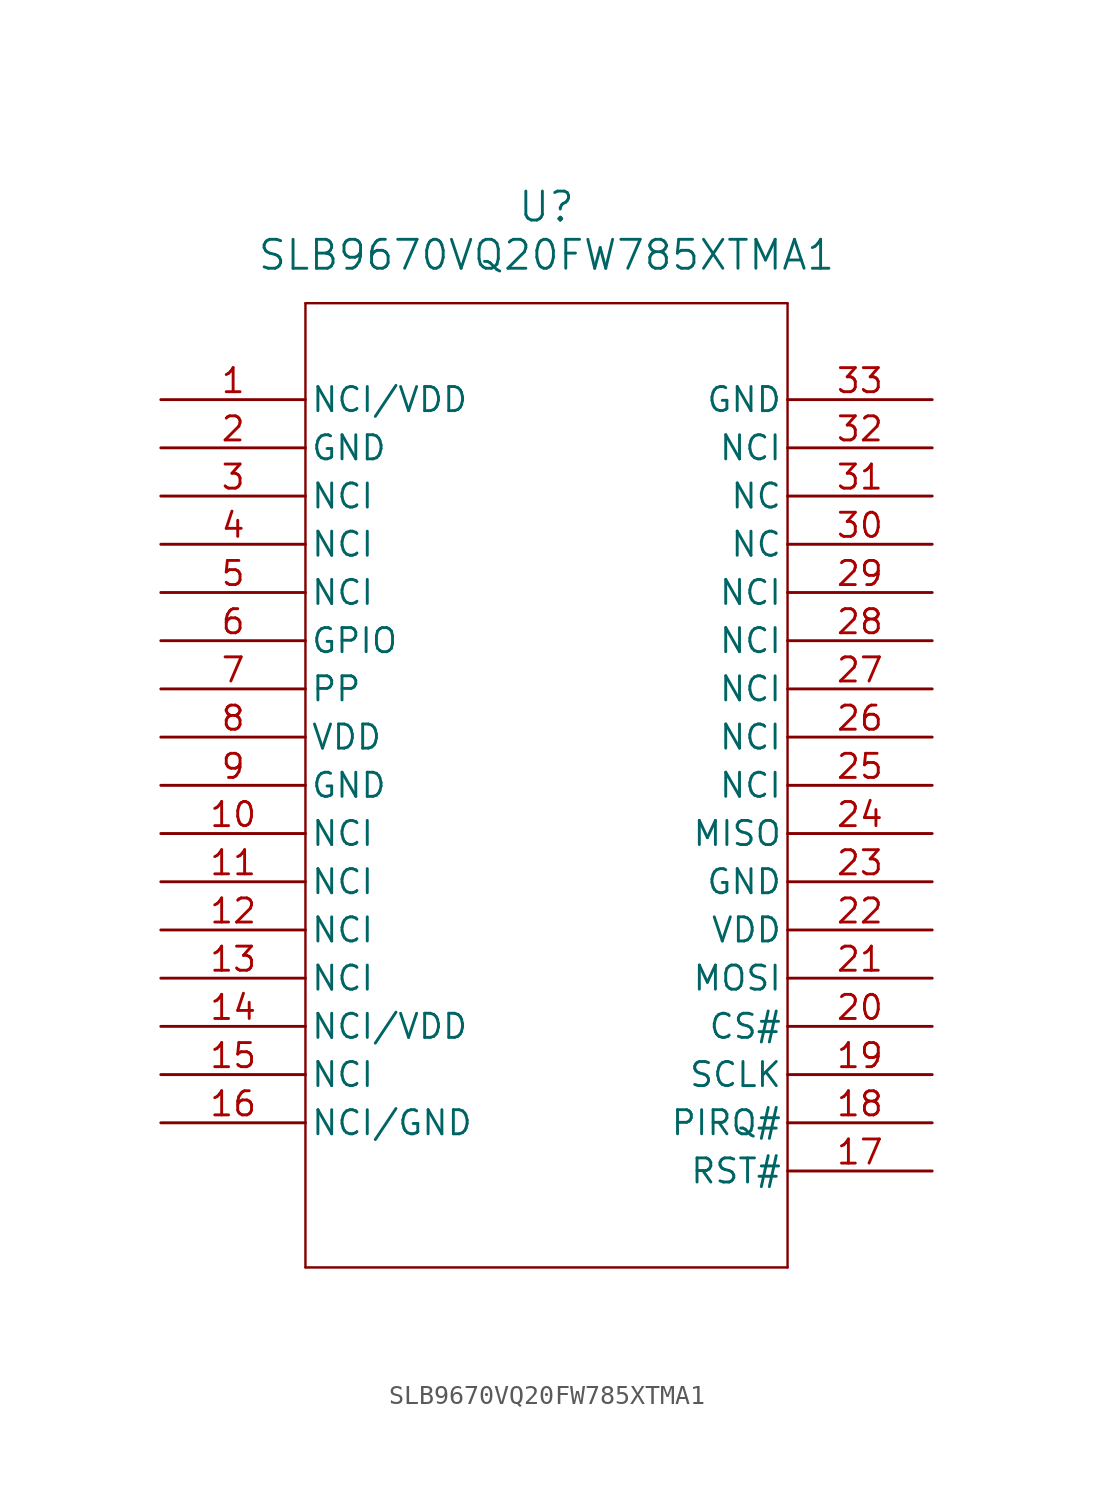
<source format=kicad_sym>
(kicad_symbol_lib
  (version 20220914)
  (generator kicad_symbol_editor)
  (symbol "SLB9670VQ20FW785XTMA1"
    (pin_names
      (offset 0.254))
    (property "Reference" "U"
      (at 20.32 10.16 0)
      (effects (font (size 1.524 1.524))))
    (property "Value" "SLB9670VQ20FW785XTMA1"
      (at 20.32 7.62 0)
      (effects (font (size 1.524 1.524))))
    (property "ki_locked" ""
      (at 0 0 0)
      (effects (font (size 1.27 1.27))))
    (symbol "SLB9670VQ20FW785XTMA1_0_1"
      (polyline (pts (xy 7.62 -45.72) (xy 33.02 -45.72)) (stroke (width 0.127) (type default)) (fill (type none)))
      (polyline (pts (xy 7.62 5.08) (xy 7.62 -45.72)) (stroke (width 0.127) (type default)) (fill (type none)))
      (polyline (pts (xy 33.02 -45.72) (xy 33.02 5.08)) (stroke (width 0.127) (type default)) (fill (type none)))
      (polyline (pts (xy 33.02 5.08) (xy 7.62 5.08)) (stroke (width 0.127) (type default)) (fill (type none))))
    (symbol "SLB9670VQ20FW785XTMA1_1_1"
      (pin unspecified line (at 0 0 0) (length 7.62) (name "NCI/VDD" (effects (font (size 1.27 1.27)))) (number "1" (effects (font (size 1.27 1.27)))))
      (pin unspecified line (at 0 -22.86 0) (length 7.62) (name "NCI" (effects (font (size 1.27 1.27)))) (number "10" (effects (font (size 1.27 1.27)))))
      (pin unspecified line (at 0 -25.4 0) (length 7.62) (name "NCI" (effects (font (size 1.27 1.27)))) (number "11" (effects (font (size 1.27 1.27)))))
      (pin unspecified line (at 0 -27.94 0) (length 7.62) (name "NCI" (effects (font (size 1.27 1.27)))) (number "12" (effects (font (size 1.27 1.27)))))
      (pin unspecified line (at 0 -30.48 0) (length 7.62) (name "NCI" (effects (font (size 1.27 1.27)))) (number "13" (effects (font (size 1.27 1.27)))))
      (pin unspecified line (at 0 -33.02 0) (length 7.62) (name "NCI/VDD" (effects (font (size 1.27 1.27)))) (number "14" (effects (font (size 1.27 1.27)))))
      (pin unspecified line (at 0 -35.56 0) (length 7.62) (name "NCI" (effects (font (size 1.27 1.27)))) (number "15" (effects (font (size 1.27 1.27)))))
      (pin unspecified line (at 0 -38.1 0) (length 7.62) (name "NCI/GND" (effects (font (size 1.27 1.27)))) (number "16" (effects (font (size 1.27 1.27)))))
      (pin unspecified line (at 40.64 -40.64 180) (length 7.62) (name "RST#" (effects (font (size 1.27 1.27)))) (number "17" (effects (font (size 1.27 1.27)))))
      (pin unspecified line (at 40.64 -38.1 180) (length 7.62) (name "PIRQ#" (effects (font (size 1.27 1.27)))) (number "18" (effects (font (size 1.27 1.27)))))
      (pin unspecified line (at 40.64 -35.56 180) (length 7.62) (name "SCLK" (effects (font (size 1.27 1.27)))) (number "19" (effects (font (size 1.27 1.27)))))
      (pin power_in line (at 0 -2.54 0) (length 7.62) (name "GND" (effects (font (size 1.27 1.27)))) (number "2" (effects (font (size 1.27 1.27)))))
      (pin unspecified line (at 40.64 -33.02 180) (length 7.62) (name "CS#" (effects (font (size 1.27 1.27)))) (number "20" (effects (font (size 1.27 1.27)))))
      (pin unspecified line (at 40.64 -30.48 180) (length 7.62) (name "MOSI" (effects (font (size 1.27 1.27)))) (number "21" (effects (font (size 1.27 1.27)))))
      (pin unspecified line (at 40.64 -27.94 180) (length 7.62) (name "VDD" (effects (font (size 1.27 1.27)))) (number "22" (effects (font (size 1.27 1.27)))))
      (pin unspecified line (at 40.64 -25.4 180) (length 7.62) (name "GND" (effects (font (size 1.27 1.27)))) (number "23" (effects (font (size 1.27 1.27)))))
      (pin unspecified line (at 40.64 -22.86 180) (length 7.62) (name "MISO" (effects (font (size 1.27 1.27)))) (number "24" (effects (font (size 1.27 1.27)))))
      (pin unspecified line (at 40.64 -20.32 180) (length 7.62) (name "NCI" (effects (font (size 1.27 1.27)))) (number "25" (effects (font (size 1.27 1.27)))))
      (pin unspecified line (at 40.64 -17.78 180) (length 7.62) (name "NCI" (effects (font (size 1.27 1.27)))) (number "26" (effects (font (size 1.27 1.27)))))
      (pin unspecified line (at 40.64 -15.24 180) (length 7.62) (name "NCI" (effects (font (size 1.27 1.27)))) (number "27" (effects (font (size 1.27 1.27)))))
      (pin unspecified line (at 40.64 -12.7 180) (length 7.62) (name "NCI" (effects (font (size 1.27 1.27)))) (number "28" (effects (font (size 1.27 1.27)))))
      (pin unspecified line (at 40.64 -10.16 180) (length 7.62) (name "NCI" (effects (font (size 1.27 1.27)))) (number "29" (effects (font (size 1.27 1.27)))))
      (pin unspecified line (at 0 -5.08 0) (length 7.62) (name "NCI" (effects (font (size 1.27 1.27)))) (number "3" (effects (font (size 1.27 1.27)))))
      (pin unspecified line (at 40.64 -7.62 180) (length 7.62) (name "NC" (effects (font (size 1.27 1.27)))) (number "30" (effects (font (size 1.27 1.27)))))
      (pin unspecified line (at 40.64 -5.08 180) (length 7.62) (name "NC" (effects (font (size 1.27 1.27)))) (number "31" (effects (font (size 1.27 1.27)))))
      (pin unspecified line (at 40.64 -2.54 180) (length 7.62) (name "NCI" (effects (font (size 1.27 1.27)))) (number "32" (effects (font (size 1.27 1.27)))))
      (pin unspecified line (at 40.64 0 180) (length 7.62) (name "GND" (effects (font (size 1.27 1.27)))) (number "33" (effects (font (size 1.27 1.27)))))
      (pin unspecified line (at 0 -7.62 0) (length 7.62) (name "NCI" (effects (font (size 1.27 1.27)))) (number "4" (effects (font (size 1.27 1.27)))))
      (pin unspecified line (at 0 -10.16 0) (length 7.62) (name "NCI" (effects (font (size 1.27 1.27)))) (number "5" (effects (font (size 1.27 1.27)))))
      (pin unspecified line (at 0 -12.7 0) (length 7.62) (name "GPIO" (effects (font (size 1.27 1.27)))) (number "6" (effects (font (size 1.27 1.27)))))
      (pin unspecified line (at 0 -15.24 0) (length 7.62) (name "PP" (effects (font (size 1.27 1.27)))) (number "7" (effects (font (size 1.27 1.27)))))
      (pin unspecified line (at 0 -17.78 0) (length 7.62) (name "VDD" (effects (font (size 1.27 1.27)))) (number "8" (effects (font (size 1.27 1.27)))))
      (pin unspecified line (at 0 -20.32 0) (length 7.62) (name "GND" (effects (font (size 1.27 1.27)))) (number "9" (effects (font (size 1.27 1.27))))))))
</source>
